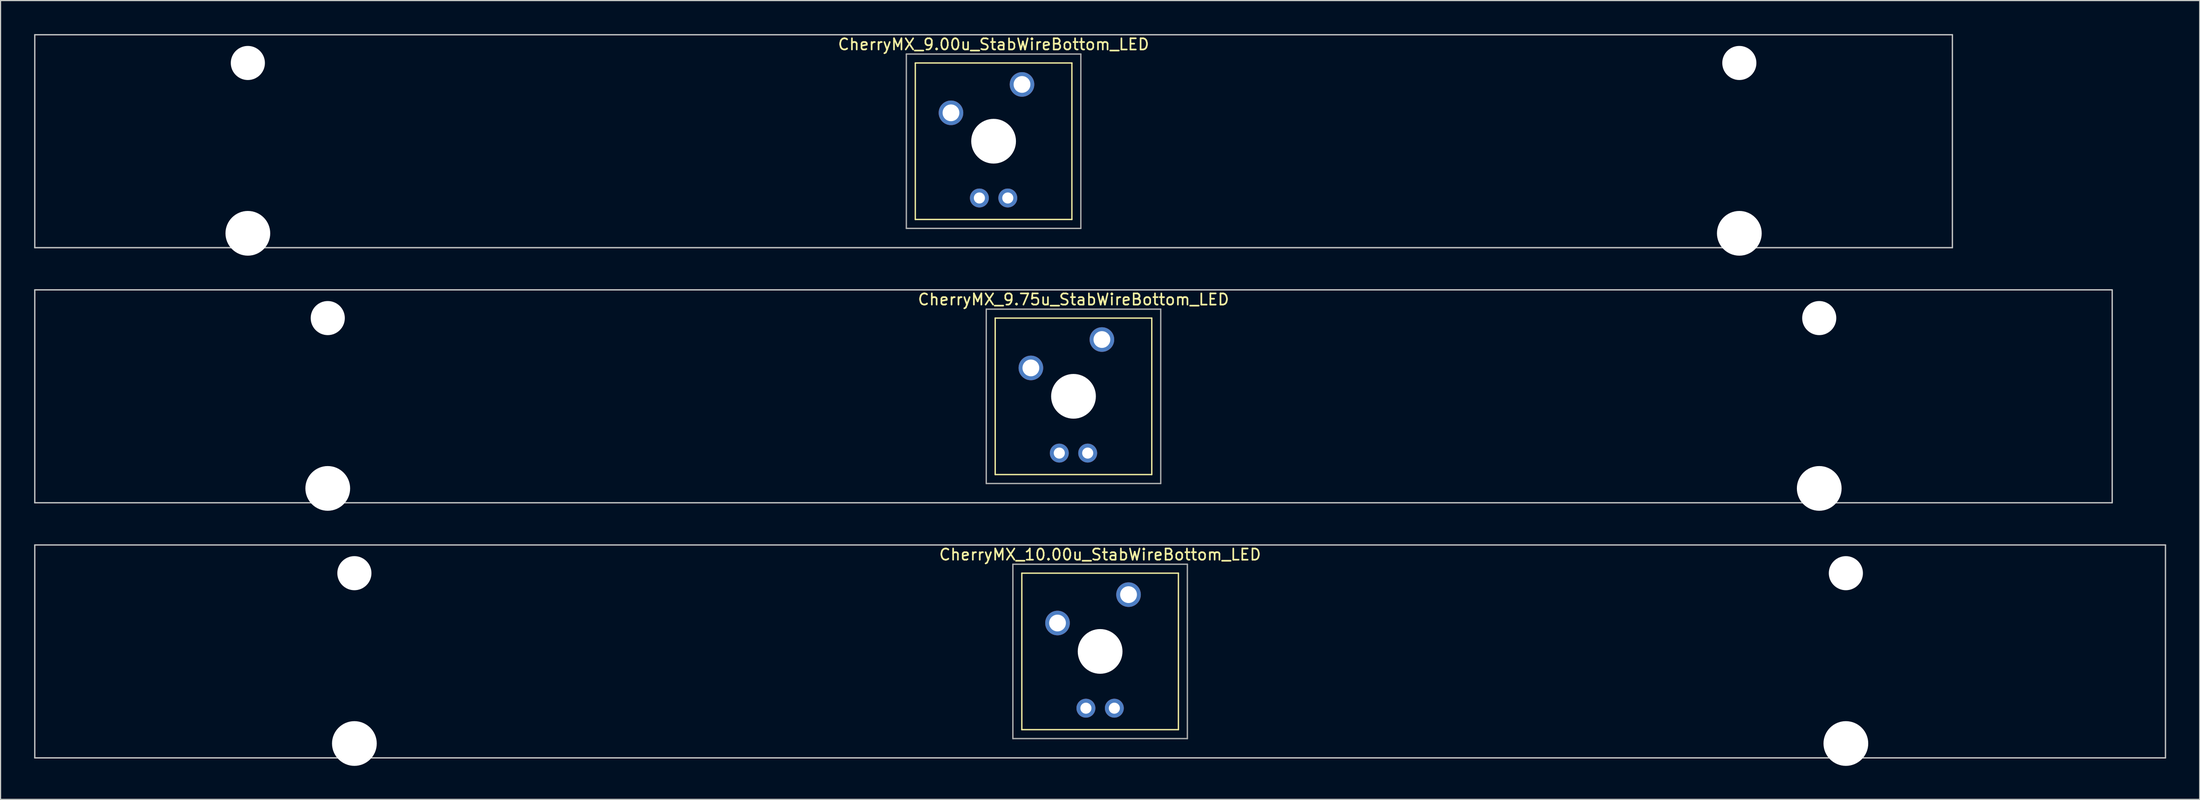
<source format=kicad_pcb>
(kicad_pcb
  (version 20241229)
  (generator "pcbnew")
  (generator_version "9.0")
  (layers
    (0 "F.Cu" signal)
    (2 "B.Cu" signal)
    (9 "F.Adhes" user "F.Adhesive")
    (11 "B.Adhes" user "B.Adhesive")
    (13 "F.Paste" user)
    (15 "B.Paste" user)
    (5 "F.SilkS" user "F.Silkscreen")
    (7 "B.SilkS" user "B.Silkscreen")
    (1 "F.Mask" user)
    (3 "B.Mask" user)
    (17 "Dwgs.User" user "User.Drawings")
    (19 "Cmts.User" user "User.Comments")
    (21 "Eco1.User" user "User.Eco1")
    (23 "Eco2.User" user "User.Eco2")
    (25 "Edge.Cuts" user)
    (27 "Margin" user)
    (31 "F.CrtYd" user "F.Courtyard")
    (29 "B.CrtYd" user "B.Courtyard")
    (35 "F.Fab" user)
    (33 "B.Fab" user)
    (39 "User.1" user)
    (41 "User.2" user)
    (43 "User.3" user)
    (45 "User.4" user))
  (footprint "CherryMX_9.75u_StabWireBottom_LED"
    (layer "F.Cu")
    (at 92.929 32.41)
    (property "Reference" "CherryMX_9.75u_StabWireBottom_LED" (at 0 -8.662 0) (layer "F.SilkS") (effects (font (size 1 1) (thickness 0.15))))
    (attr through_hole)
    (fp_line (start -7 -7) (end -7 7) (stroke (width 0.12) (type solid)) (layer "F.SilkS"))
    (fp_line (start -7 -7) (end 7 -7) (stroke (width 0.12) (type solid)) (layer "F.SilkS"))
    (fp_line (start 7 -7) (end 7 7) (stroke (width 0.12) (type solid)) (layer "F.SilkS"))
    (fp_line (start 7 7) (end -7 7) (stroke (width 0.12) (type solid)) (layer "F.SilkS"))
    (fp_line (start -92.869 -9.525) (end 92.869 -9.525) (stroke (width 0.12) (type solid)) (layer "Dwgs.User"))
    (fp_line (start -92.869 9.525) (end -92.869 -9.525) (stroke (width 0.12) (type solid)) (layer "Dwgs.User"))
    (fp_line (start 92.869 -9.525) (end 92.869 9.525) (stroke (width 0.12) (type solid)) (layer "Dwgs.User"))
    (fp_line (start 92.869 9.525) (end -92.869 9.525) (stroke (width 0.12) (type solid)) (layer "Dwgs.User"))
    (fp_line (start -7.8 -7.8) (end -7.8 7.8) (stroke (width 0.12) (type solid)) (layer "F.Fab"))
    (fp_line (start -7.8 -7.8) (end 7.8 -7.8) (stroke (width 0.12) (type solid)) (layer "F.Fab"))
    (fp_line (start -7.8 7.8) (end 7.8 7.8) (stroke (width 0.12) (type solid)) (layer "F.Fab"))
    (fp_line (start 7.8 -7.8) (end 7.8 7.8) (stroke (width 0.12) (type solid)) (layer "F.Fab"))
    (pad "" np_thru_hole circle (at -66.675 -7) (size 3.05 3.05) (drill 3.05) (layers "*.Cu" "*.Mask"))
    (pad "" np_thru_hole circle (at -66.675 8.24) (size 4 4) (drill 4) (layers "*.Cu" "*.Mask"))
    (pad "" np_thru_hole circle (at 0 0) (size 4 4) (drill 4) (layers "*.Cu" "*.Mask"))
    (pad "" np_thru_hole circle (at 66.675 -7) (size 3.05 3.05) (drill 3.05) (layers "*.Cu" "*.Mask"))
    (pad "" np_thru_hole circle (at 66.675 8.24) (size 4 4) (drill 4) (layers "*.Cu" "*.Mask"))
    (pad "1" thru_hole circle (at -3.81 -2.54) (size 2.2 2.2) (drill 1.5) (layers "*.Cu" "*.Mask"))
    (pad "2" thru_hole circle (at 2.54 -5.08) (size 2.2 2.2) (drill 1.5) (layers "*.Cu" "*.Mask"))
    (pad "3" thru_hole circle (at -1.27 5.08) (size 1.691 1.691) (drill 0.991) (layers "*.Cu" "*.Mask"))
    (pad "4" thru_hole circle (at 1.27 5.08) (size 1.691 1.691) (drill 0.991) (layers "*.Cu" "*.Mask")))
  (footprint "CherryMX_10.00u_StabWireBottom_LED"
    (layer "F.Cu")
    (at 95.31 55.235)
    (property "Reference" "CherryMX_10.00u_StabWireBottom_LED" (at 0 -8.662 0) (layer "F.SilkS") (effects (font (size 1 1) (thickness 0.15))))
    (attr through_hole)
    (fp_line (start -7 -7) (end -7 7) (stroke (width 0.12) (type solid)) (layer "F.SilkS"))
    (fp_line (start -7 -7) (end 7 -7) (stroke (width 0.12) (type solid)) (layer "F.SilkS"))
    (fp_line (start 7 -7) (end 7 7) (stroke (width 0.12) (type solid)) (layer "F.SilkS"))
    (fp_line (start 7 7) (end -7 7) (stroke (width 0.12) (type solid)) (layer "F.SilkS"))
    (fp_line (start -95.25 -9.525) (end 95.25 -9.525) (stroke (width 0.12) (type solid)) (layer "Dwgs.User"))
    (fp_line (start -95.25 9.525) (end -95.25 -9.525) (stroke (width 0.12) (type solid)) (layer "Dwgs.User"))
    (fp_line (start 95.25 -9.525) (end 95.25 9.525) (stroke (width 0.12) (type solid)) (layer "Dwgs.User"))
    (fp_line (start 95.25 9.525) (end -95.25 9.525) (stroke (width 0.12) (type solid)) (layer "Dwgs.User"))
    (fp_line (start -7.8 -7.8) (end -7.8 7.8) (stroke (width 0.12) (type solid)) (layer "F.Fab"))
    (fp_line (start -7.8 -7.8) (end 7.8 -7.8) (stroke (width 0.12) (type solid)) (layer "F.Fab"))
    (fp_line (start -7.8 7.8) (end 7.8 7.8) (stroke (width 0.12) (type solid)) (layer "F.Fab"))
    (fp_line (start 7.8 -7.8) (end 7.8 7.8) (stroke (width 0.12) (type solid)) (layer "F.Fab"))
    (pad "" np_thru_hole circle (at -66.675 -7) (size 3.05 3.05) (drill 3.05) (layers "*.Cu" "*.Mask"))
    (pad "" np_thru_hole circle (at -66.675 8.24) (size 4 4) (drill 4) (layers "*.Cu" "*.Mask"))
    (pad "" np_thru_hole circle (at 0 0) (size 4 4) (drill 4) (layers "*.Cu" "*.Mask"))
    (pad "" np_thru_hole circle (at 66.675 -7) (size 3.05 3.05) (drill 3.05) (layers "*.Cu" "*.Mask"))
    (pad "" np_thru_hole circle (at 66.675 8.24) (size 4 4) (drill 4) (layers "*.Cu" "*.Mask"))
    (pad "1" thru_hole circle (at -3.81 -2.54) (size 2.2 2.2) (drill 1.5) (layers "*.Cu" "*.Mask"))
    (pad "2" thru_hole circle (at 2.54 -5.08) (size 2.2 2.2) (drill 1.5) (layers "*.Cu" "*.Mask"))
    (pad "3" thru_hole circle (at -1.27 5.08) (size 1.691 1.691) (drill 0.991) (layers "*.Cu" "*.Mask"))
    (pad "4" thru_hole circle (at 1.27 5.08) (size 1.691 1.691) (drill 0.991) (layers "*.Cu" "*.Mask")))
  (footprint "CherryMX_9.00u_StabWireBottom_LED"
    (layer "F.Cu")
    (at 85.785 9.585)
    (property "Reference" "CherryMX_9.00u_StabWireBottom_LED" (at 0 -8.662 0) (layer "F.SilkS") (effects (font (size 1 1) (thickness 0.15))))
    (attr through_hole)
    (fp_line (start -7 -7) (end -7 7) (stroke (width 0.12) (type solid)) (layer "F.SilkS"))
    (fp_line (start -7 -7) (end 7 -7) (stroke (width 0.12) (type solid)) (layer "F.SilkS"))
    (fp_line (start 7 -7) (end 7 7) (stroke (width 0.12) (type solid)) (layer "F.SilkS"))
    (fp_line (start 7 7) (end -7 7) (stroke (width 0.12) (type solid)) (layer "F.SilkS"))
    (fp_line (start -85.725 -9.525) (end 85.725 -9.525) (stroke (width 0.12) (type solid)) (layer "Dwgs.User"))
    (fp_line (start -85.725 9.525) (end -85.725 -9.525) (stroke (width 0.12) (type solid)) (layer "Dwgs.User"))
    (fp_line (start 85.725 -9.525) (end 85.725 9.525) (stroke (width 0.12) (type solid)) (layer "Dwgs.User"))
    (fp_line (start 85.725 9.525) (end -85.725 9.525) (stroke (width 0.12) (type solid)) (layer "Dwgs.User"))
    (fp_line (start -7.8 -7.8) (end -7.8 7.8) (stroke (width 0.12) (type solid)) (layer "F.Fab"))
    (fp_line (start -7.8 -7.8) (end 7.8 -7.8) (stroke (width 0.12) (type solid)) (layer "F.Fab"))
    (fp_line (start -7.8 7.8) (end 7.8 7.8) (stroke (width 0.12) (type solid)) (layer "F.Fab"))
    (fp_line (start 7.8 -7.8) (end 7.8 7.8) (stroke (width 0.12) (type solid)) (layer "F.Fab"))
    (pad "" np_thru_hole circle (at -66.675 -7) (size 3.05 3.05) (drill 3.05) (layers "*.Cu" "*.Mask"))
    (pad "" np_thru_hole circle (at -66.675 8.24) (size 4 4) (drill 4) (layers "*.Cu" "*.Mask"))
    (pad "" np_thru_hole circle (at 0 0) (size 4 4) (drill 4) (layers "*.Cu" "*.Mask"))
    (pad "" np_thru_hole circle (at 66.675 -7) (size 3.05 3.05) (drill 3.05) (layers "*.Cu" "*.Mask"))
    (pad "" np_thru_hole circle (at 66.675 8.24) (size 4 4) (drill 4) (layers "*.Cu" "*.Mask"))
    (pad "1" thru_hole circle (at -3.81 -2.54) (size 2.2 2.2) (drill 1.5) (layers "*.Cu" "*.Mask"))
    (pad "2" thru_hole circle (at 2.54 -5.08) (size 2.2 2.2) (drill 1.5) (layers "*.Cu" "*.Mask"))
    (pad "3" thru_hole circle (at -1.27 5.08) (size 1.691 1.691) (drill 0.991) (layers "*.Cu" "*.Mask"))
    (pad "4" thru_hole circle (at 1.27 5.08) (size 1.691 1.691) (drill 0.991) (layers "*.Cu" "*.Mask")))
  (gr_rect
    (start -3 -3)
    (end 193.62 68.475)
    (stroke (width 0.1) (type default))
    (fill no)
    (layer "Edge.Cuts")))
</source>
